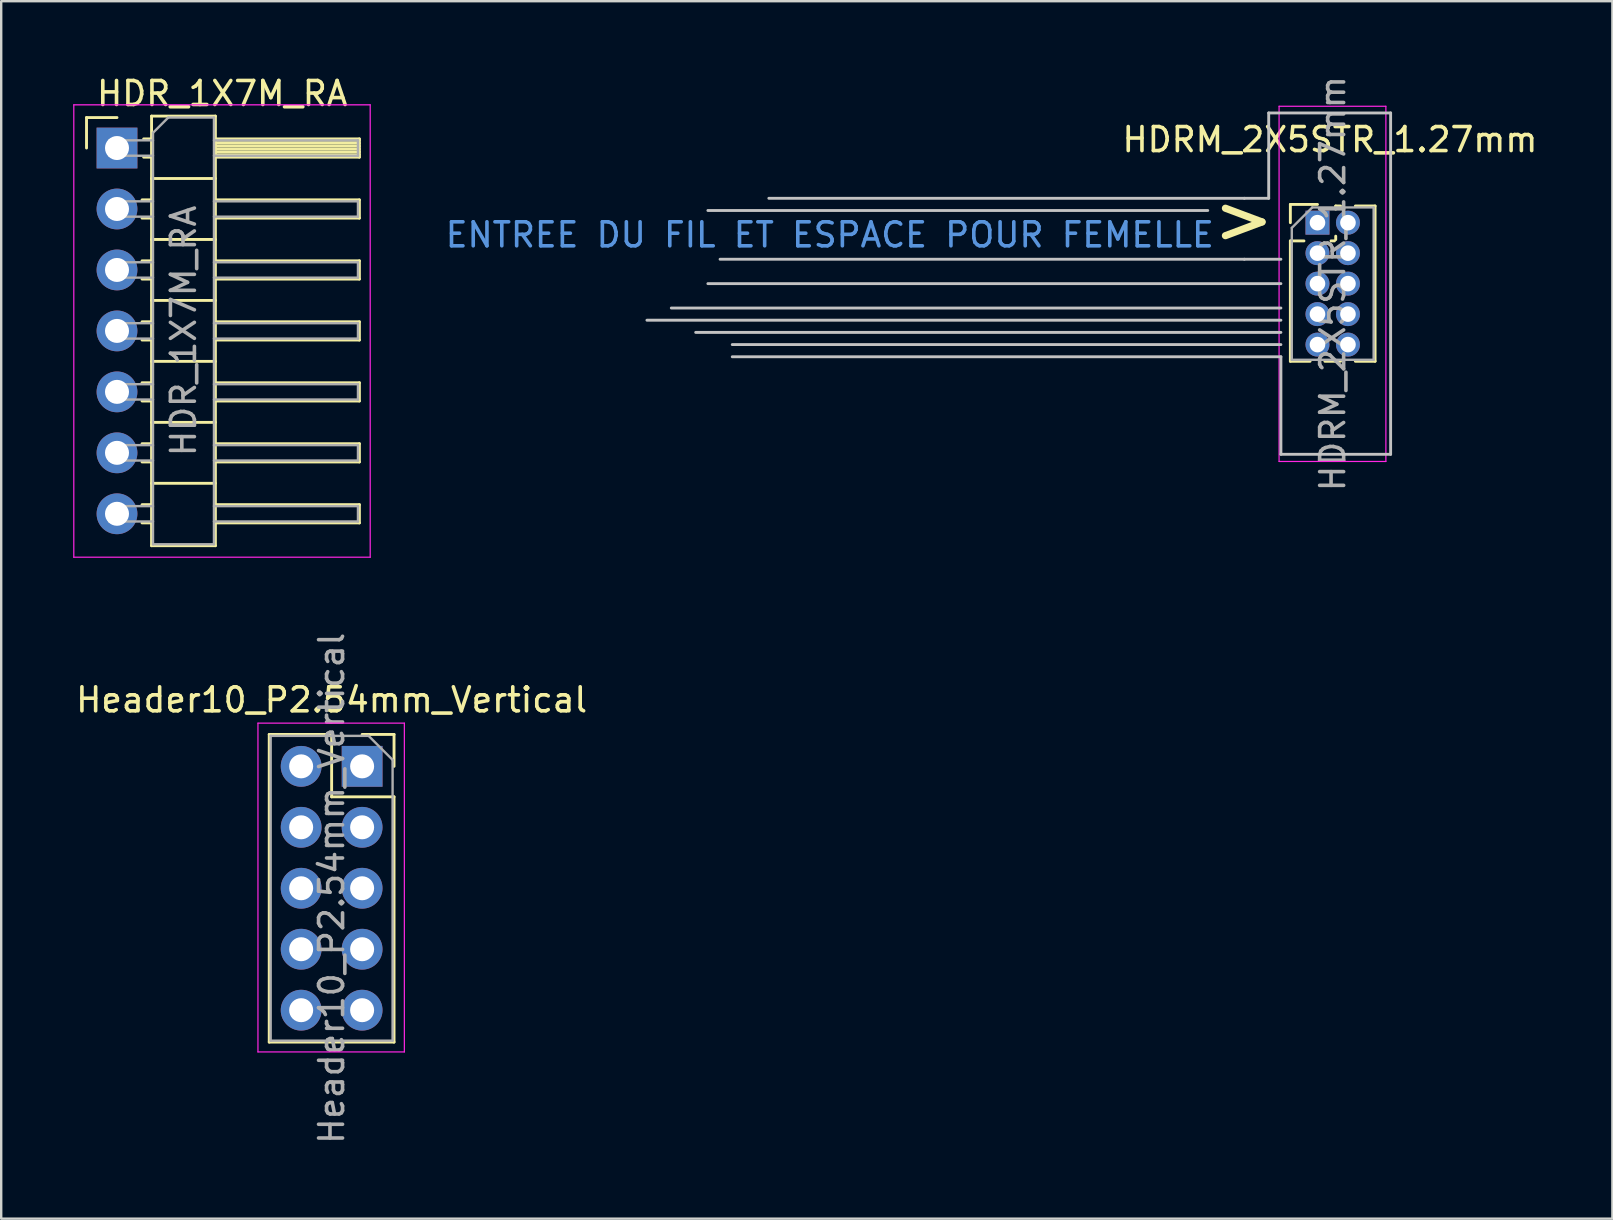
<source format=kicad_pcb>
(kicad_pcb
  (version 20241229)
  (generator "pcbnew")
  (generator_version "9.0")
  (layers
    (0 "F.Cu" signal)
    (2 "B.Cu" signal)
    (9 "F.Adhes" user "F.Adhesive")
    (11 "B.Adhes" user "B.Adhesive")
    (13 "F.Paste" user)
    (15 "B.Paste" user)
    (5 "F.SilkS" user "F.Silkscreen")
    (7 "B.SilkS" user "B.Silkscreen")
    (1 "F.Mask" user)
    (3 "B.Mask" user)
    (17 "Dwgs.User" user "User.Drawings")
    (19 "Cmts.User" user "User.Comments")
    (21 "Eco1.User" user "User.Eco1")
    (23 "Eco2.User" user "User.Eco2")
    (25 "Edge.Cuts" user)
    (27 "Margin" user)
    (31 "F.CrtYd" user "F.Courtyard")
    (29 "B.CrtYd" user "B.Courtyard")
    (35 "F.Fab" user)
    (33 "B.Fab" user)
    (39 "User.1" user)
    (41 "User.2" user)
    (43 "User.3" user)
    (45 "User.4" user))
  (footprint "Header10_P2.54mm_Vertical"
    (layer "F.Cu")
    (at 12.038 28.881)
    (property "Reference" "Header10_P2.54mm_Vertical" (at -1.27 -2.77 0) (layer "F.SilkS") (effects (font (size 1 1) (thickness 0.15))))
    (attr through_hole)
    (fp_line (start -3.87 -1.33) (end -3.87 11.49) (stroke (width 0.12) (type solid)) (layer "F.SilkS"))
    (fp_line (start -3.87 -1.33) (end -1.27 -1.33) (stroke (width 0.12) (type solid)) (layer "F.SilkS"))
    (fp_line (start -3.87 11.49) (end 1.33 11.49) (stroke (width 0.12) (type solid)) (layer "F.SilkS"))
    (fp_line (start -1.27 -1.33) (end -1.27 1.27) (stroke (width 0.12) (type solid)) (layer "F.SilkS"))
    (fp_line (start -1.27 1.27) (end 1.33 1.27) (stroke (width 0.12) (type solid)) (layer "F.SilkS"))
    (fp_line (start 0 -1.33) (end 1.33 -1.33) (stroke (width 0.12) (type solid)) (layer "F.SilkS"))
    (fp_line (start 1.33 -1.33) (end 1.33 0) (stroke (width 0.12) (type solid)) (layer "F.SilkS"))
    (fp_line (start 1.33 1.27) (end 1.33 11.49) (stroke (width 0.12) (type solid)) (layer "F.SilkS"))
    (fp_line (start -4.34 -1.8) (end 1.76 -1.8) (stroke (width 0.05) (type solid)) (layer "F.CrtYd"))
    (fp_line (start -4.34 11.9) (end -4.34 -1.8) (stroke (width 0.05) (type solid)) (layer "F.CrtYd"))
    (fp_line (start 1.76 -1.8) (end 1.76 11.9) (stroke (width 0.05) (type solid)) (layer "F.CrtYd"))
    (fp_line (start 1.76 11.9) (end -4.34 11.9) (stroke (width 0.05) (type solid)) (layer "F.CrtYd"))
    (fp_line (start -3.81 -1.27) (end 0.27 -1.27) (stroke (width 0.1) (type solid)) (layer "F.Fab"))
    (fp_line (start -3.81 11.43) (end -3.81 -1.27) (stroke (width 0.1) (type solid)) (layer "F.Fab"))
    (fp_line (start 0.27 -1.27) (end 1.27 -0.27) (stroke (width 0.1) (type solid)) (layer "F.Fab"))
    (fp_line (start 1.27 -0.27) (end 1.27 11.43) (stroke (width 0.1) (type solid)) (layer "F.Fab"))
    (fp_line (start 1.27 11.43) (end -3.81 11.43) (stroke (width 0.1) (type solid)) (layer "F.Fab"))
    (fp_text user "${REFERENCE}" (at -1.27 5.08 90) (layer "F.Fab") (effects (font (size 1 1) (thickness 0.15))))
    (pad "1" thru_hole rect (at 0 0) (size 1.7 1.7) (drill 1) (layers "*.Cu" "*.Mask"))
    (pad "2" thru_hole oval (at -2.54 0) (size 1.7 1.7) (drill 1) (layers "*.Cu" "*.Mask"))
    (pad "3" thru_hole oval (at 0 2.54) (size 1.7 1.7) (drill 1) (layers "*.Cu" "*.Mask"))
    (pad "4" thru_hole oval (at -2.54 2.54) (size 1.7 1.7) (drill 1) (layers "*.Cu" "*.Mask"))
    (pad "5" thru_hole oval (at 0 5.08) (size 1.7 1.7) (drill 1) (layers "*.Cu" "*.Mask"))
    (pad "6" thru_hole oval (at -2.54 5.08) (size 1.7 1.7) (drill 1) (layers "*.Cu" "*.Mask"))
    (pad "7" thru_hole oval (at 0 7.62) (size 1.7 1.7) (drill 1) (layers "*.Cu" "*.Mask"))
    (pad "8" thru_hole oval (at -2.54 7.62) (size 1.7 1.7) (drill 1) (layers "*.Cu" "*.Mask"))
    (pad "9" thru_hole oval (at 0 10.16) (size 1.7 1.7) (drill 1) (layers "*.Cu" "*.Mask"))
    (pad "10" thru_hole oval (at -2.54 10.16) (size 1.7 1.7) (drill 1) (layers "*.Cu" "*.Mask")))
  (footprint "HDRM_2X5STR_1.27mm"
    (layer "F.Cu")
    (at 51.845 6.228)
    (property "Reference" "HDRM_2X5STR_1.27mm" (at 0.52 -3.46 0) (layer "F.SilkS") (effects (font (size 1 1) (thickness 0.15))))
    (attr through_hole)
    (fp_line (start -1.13 -0.76) (end 0 -0.76) (stroke (width 0.12) (type solid)) (layer "F.SilkS"))
    (fp_line (start -1.13 0) (end -1.13 -0.76) (stroke (width 0.12) (type solid)) (layer "F.SilkS"))
    (fp_line (start -1.13 0.76) (end -1.13 5.775) (stroke (width 0.12) (type solid)) (layer "F.SilkS"))
    (fp_line (start -1.13 0.76) (end -0.563 0.76) (stroke (width 0.12) (type solid)) (layer "F.SilkS"))
    (fp_line (start -1.13 5.775) (end -0.308 5.775) (stroke (width 0.12) (type solid)) (layer "F.SilkS"))
    (fp_line (start 0.308 5.775) (end 0.962 5.775) (stroke (width 0.12) (type solid)) (layer "F.SilkS"))
    (fp_line (start 0.563 0.76) (end 0.707 0.76) (stroke (width 0.12) (type solid)) (layer "F.SilkS"))
    (fp_line (start 0.76 -0.695) (end 0.962 -0.695) (stroke (width 0.12) (type solid)) (layer "F.SilkS"))
    (fp_line (start 0.76 -0.563) (end 0.76 -0.695) (stroke (width 0.12) (type solid)) (layer "F.SilkS"))
    (fp_line (start 0.76 0.707) (end 0.76 0.563) (stroke (width 0.12) (type solid)) (layer "F.SilkS"))
    (fp_line (start 1.578 -0.695) (end 2.4 -0.695) (stroke (width 0.12) (type solid)) (layer "F.SilkS"))
    (fp_line (start 1.578 5.775) (end 2.4 5.775) (stroke (width 0.12) (type solid)) (layer "F.SilkS"))
    (fp_line (start 2.4 -0.695) (end 2.4 5.775) (stroke (width 0.12) (type solid)) (layer "F.SilkS"))
    (fp_line (start -27.94 4.064) (end -1.524 4.064) (stroke (width 0.12) (type solid)) (layer "Dwgs.User"))
    (fp_line (start -26.924 3.556) (end -1.524 3.556) (stroke (width 0.12) (type solid)) (layer "Dwgs.User"))
    (fp_line (start -25.908 4.572) (end -1.524 4.572) (stroke (width 0.12) (type solid)) (layer "Dwgs.User"))
    (fp_line (start -25.4 -0.508) (end -4.572 -0.508) (stroke (width 0.12) (type solid)) (layer "Dwgs.User"))
    (fp_line (start -25.4 2.54) (end -1.524 2.54) (stroke (width 0.12) (type solid)) (layer "Dwgs.User"))
    (fp_line (start -24.892 1.524) (end -3.048 1.524) (stroke (width 0.12) (type solid)) (layer "Dwgs.User"))
    (fp_line (start -24.384 5.08) (end -1.524 5.08) (stroke (width 0.12) (type solid)) (layer "Dwgs.User"))
    (fp_line (start -22.86 -1.016) (end -3.048 -1.016) (stroke (width 0.12) (type solid)) (layer "Dwgs.User"))
    (fp_line (start -3.048 -1.016) (end -2.032 -1.016) (stroke (width 0.12) (type solid)) (layer "Dwgs.User"))
    (fp_line (start -3.048 1.524) (end -1.524 1.524) (stroke (width 0.12) (type solid)) (layer "Dwgs.User"))
    (fp_line (start -2.032 -4.572) (end 3.048 -4.572) (stroke (width 0.12) (type solid)) (layer "Dwgs.User"))
    (fp_line (start -2.032 -1.016) (end -2.032 -4.572) (stroke (width 0.12) (type solid)) (layer "Dwgs.User"))
    (fp_line (start -1.524 5.588) (end -24.384 5.588) (stroke (width 0.12) (type solid)) (layer "Dwgs.User"))
    (fp_line (start -1.524 9.652) (end -1.524 5.588) (stroke (width 0.12) (type solid)) (layer "Dwgs.User"))
    (fp_line (start 3.048 -4.572) (end 3.048 9.652) (stroke (width 0.12) (type solid)) (layer "Dwgs.User"))
    (fp_line (start 3.048 9.652) (end -1.524 9.652) (stroke (width 0.12) (type solid)) (layer "Dwgs.User"))
    (fp_line (start -1.6 -4.85) (end -1.6 9.95) (stroke (width 0.05) (type solid)) (layer "F.CrtYd"))
    (fp_line (start -1.6 9.95) (end 2.85 9.95) (stroke (width 0.05) (type solid)) (layer "F.CrtYd"))
    (fp_line (start 2.85 -4.85) (end -1.6 -4.85) (stroke (width 0.05) (type solid)) (layer "F.CrtYd"))
    (fp_line (start 2.85 9.95) (end 2.85 -4.85) (stroke (width 0.05) (type solid)) (layer "F.CrtYd"))
    (fp_line (start -1.07 0.217) (end -0.217 -0.635) (stroke (width 0.1) (type solid)) (layer "F.Fab"))
    (fp_line (start -1.07 5.715) (end -1.07 0.217) (stroke (width 0.1) (type solid)) (layer "F.Fab"))
    (fp_line (start -0.217 -0.635) (end 2.34 -0.635) (stroke (width 0.1) (type solid)) (layer "F.Fab"))
    (fp_line (start 2.34 -0.635) (end 2.34 5.715) (stroke (width 0.1) (type solid)) (layer "F.Fab"))
    (fp_line (start 2.34 5.715) (end -1.07 5.715) (stroke (width 0.1) (type solid)) (layer "F.Fab"))
    (fp_text user ">" (at -3.073 -0.178 0) (layer "F.SilkS") (effects (font (size 2 2) (thickness 0.3))))
    (fp_text user "ENTREE DU FIL ET ESPACE POUR FEMELLE" (at -20.32 0.508 0) (layer "Cmts.User") (effects (font (size 1 1) (thickness 0.15))))
    (fp_text user "${REFERENCE}" (at 0.635 2.54 90) (layer "F.Fab") (effects (font (size 1 1) (thickness 0.15))))
    (pad "1" thru_hole rect (at 0 0) (size 1 1) (drill 0.65) (layers "*.Cu" "*.Mask"))
    (pad "2" thru_hole oval (at 1.27 0) (size 1 1) (drill 0.65) (layers "*.Cu" "*.Mask"))
    (pad "3" thru_hole oval (at 0 1.27) (size 1 1) (drill 0.65) (layers "*.Cu" "*.Mask"))
    (pad "4" thru_hole oval (at 1.27 1.27) (size 1 1) (drill 0.65) (layers "*.Cu" "*.Mask"))
    (pad "5" thru_hole oval (at 0 2.54) (size 1 1) (drill 0.65) (layers "*.Cu" "*.Mask"))
    (pad "6" thru_hole oval (at 1.27 2.54) (size 1 1) (drill 0.65) (layers "*.Cu" "*.Mask"))
    (pad "7" thru_hole oval (at 0 3.81) (size 1 1) (drill 0.65) (layers "*.Cu" "*.Mask"))
    (pad "8" thru_hole oval (at 1.27 3.81) (size 1 1) (drill 0.65) (layers "*.Cu" "*.Mask"))
    (pad "9" thru_hole oval (at 0 5.08) (size 1 1) (drill 0.65) (layers "*.Cu" "*.Mask"))
    (pad "10" thru_hole oval (at 1.27 5.08) (size 1 1) (drill 0.65) (layers "*.Cu" "*.Mask")))
  (footprint "HDR_1X7M_RA"
    (layer "F.Cu")
    (at 1.825 3.118)
    (property "Reference" "HDR_1X7M_RA" (at 4.385 -2.27 0) (layer "F.SilkS") (effects (font (size 1 1) (thickness 0.15))))
    (attr through_hole)
    (fp_line (start -1.27 -1.27) (end 0 -1.27) (stroke (width 0.12) (type solid)) (layer "F.SilkS"))
    (fp_line (start -1.27 0) (end -1.27 -1.27) (stroke (width 0.12) (type solid)) (layer "F.SilkS"))
    (fp_line (start 1.043 2.16) (end 1.44 2.16) (stroke (width 0.12) (type solid)) (layer "F.SilkS"))
    (fp_line (start 1.043 2.92) (end 1.44 2.92) (stroke (width 0.12) (type solid)) (layer "F.SilkS"))
    (fp_line (start 1.043 4.7) (end 1.44 4.7) (stroke (width 0.12) (type solid)) (layer "F.SilkS"))
    (fp_line (start 1.043 5.46) (end 1.44 5.46) (stroke (width 0.12) (type solid)) (layer "F.SilkS"))
    (fp_line (start 1.043 7.24) (end 1.44 7.24) (stroke (width 0.12) (type solid)) (layer "F.SilkS"))
    (fp_line (start 1.043 8) (end 1.44 8) (stroke (width 0.12) (type solid)) (layer "F.SilkS"))
    (fp_line (start 1.043 9.78) (end 1.44 9.78) (stroke (width 0.12) (type solid)) (layer "F.SilkS"))
    (fp_line (start 1.043 10.54) (end 1.44 10.54) (stroke (width 0.12) (type solid)) (layer "F.SilkS"))
    (fp_line (start 1.043 12.32) (end 1.44 12.32) (stroke (width 0.12) (type solid)) (layer "F.SilkS"))
    (fp_line (start 1.043 13.08) (end 1.44 13.08) (stroke (width 0.12) (type solid)) (layer "F.SilkS"))
    (fp_line (start 1.043 14.86) (end 1.44 14.86) (stroke (width 0.12) (type solid)) (layer "F.SilkS"))
    (fp_line (start 1.043 15.62) (end 1.44 15.62) (stroke (width 0.12) (type solid)) (layer "F.SilkS"))
    (fp_line (start 1.11 -0.38) (end 1.44 -0.38) (stroke (width 0.12) (type solid)) (layer "F.SilkS"))
    (fp_line (start 1.11 0.38) (end 1.44 0.38) (stroke (width 0.12) (type solid)) (layer "F.SilkS"))
    (fp_line (start 1.44 -1.33) (end 1.44 16.57) (stroke (width 0.12) (type solid)) (layer "F.SilkS"))
    (fp_line (start 1.44 1.27) (end 4.1 1.27) (stroke (width 0.12) (type solid)) (layer "F.SilkS"))
    (fp_line (start 1.44 3.81) (end 4.1 3.81) (stroke (width 0.12) (type solid)) (layer "F.SilkS"))
    (fp_line (start 1.44 6.35) (end 4.1 6.35) (stroke (width 0.12) (type solid)) (layer "F.SilkS"))
    (fp_line (start 1.44 8.89) (end 4.1 8.89) (stroke (width 0.12) (type solid)) (layer "F.SilkS"))
    (fp_line (start 1.44 11.43) (end 4.1 11.43) (stroke (width 0.12) (type solid)) (layer "F.SilkS"))
    (fp_line (start 1.44 13.97) (end 4.1 13.97) (stroke (width 0.12) (type solid)) (layer "F.SilkS"))
    (fp_line (start 1.44 16.57) (end 4.1 16.57) (stroke (width 0.12) (type solid)) (layer "F.SilkS"))
    (fp_line (start 4.1 -1.33) (end 1.44 -1.33) (stroke (width 0.12) (type solid)) (layer "F.SilkS"))
    (fp_line (start 4.1 -0.38) (end 10.1 -0.38) (stroke (width 0.12) (type solid)) (layer "F.SilkS"))
    (fp_line (start 4.1 -0.32) (end 10.1 -0.32) (stroke (width 0.12) (type solid)) (layer "F.SilkS"))
    (fp_line (start 4.1 -0.2) (end 10.1 -0.2) (stroke (width 0.12) (type solid)) (layer "F.SilkS"))
    (fp_line (start 4.1 -0.08) (end 10.1 -0.08) (stroke (width 0.12) (type solid)) (layer "F.SilkS"))
    (fp_line (start 4.1 0.04) (end 10.1 0.04) (stroke (width 0.12) (type solid)) (layer "F.SilkS"))
    (fp_line (start 4.1 0.16) (end 10.1 0.16) (stroke (width 0.12) (type solid)) (layer "F.SilkS"))
    (fp_line (start 4.1 0.28) (end 10.1 0.28) (stroke (width 0.12) (type solid)) (layer "F.SilkS"))
    (fp_line (start 4.1 2.16) (end 10.1 2.16) (stroke (width 0.12) (type solid)) (layer "F.SilkS"))
    (fp_line (start 4.1 4.7) (end 10.1 4.7) (stroke (width 0.12) (type solid)) (layer "F.SilkS"))
    (fp_line (start 4.1 7.24) (end 10.1 7.24) (stroke (width 0.12) (type solid)) (layer "F.SilkS"))
    (fp_line (start 4.1 9.78) (end 10.1 9.78) (stroke (width 0.12) (type solid)) (layer "F.SilkS"))
    (fp_line (start 4.1 12.32) (end 10.1 12.32) (stroke (width 0.12) (type solid)) (layer "F.SilkS"))
    (fp_line (start 4.1 14.86) (end 10.1 14.86) (stroke (width 0.12) (type solid)) (layer "F.SilkS"))
    (fp_line (start 4.1 16.57) (end 4.1 -1.33) (stroke (width 0.12) (type solid)) (layer "F.SilkS"))
    (fp_line (start 10.1 -0.38) (end 10.1 0.38) (stroke (width 0.12) (type solid)) (layer "F.SilkS"))
    (fp_line (start 10.1 0.38) (end 4.1 0.38) (stroke (width 0.12) (type solid)) (layer "F.SilkS"))
    (fp_line (start 10.1 2.16) (end 10.1 2.92) (stroke (width 0.12) (type solid)) (layer "F.SilkS"))
    (fp_line (start 10.1 2.92) (end 4.1 2.92) (stroke (width 0.12) (type solid)) (layer "F.SilkS"))
    (fp_line (start 10.1 4.7) (end 10.1 5.46) (stroke (width 0.12) (type solid)) (layer "F.SilkS"))
    (fp_line (start 10.1 5.46) (end 4.1 5.46) (stroke (width 0.12) (type solid)) (layer "F.SilkS"))
    (fp_line (start 10.1 7.24) (end 10.1 8) (stroke (width 0.12) (type solid)) (layer "F.SilkS"))
    (fp_line (start 10.1 8) (end 4.1 8) (stroke (width 0.12) (type solid)) (layer "F.SilkS"))
    (fp_line (start 10.1 9.78) (end 10.1 10.54) (stroke (width 0.12) (type solid)) (layer "F.SilkS"))
    (fp_line (start 10.1 10.54) (end 4.1 10.54) (stroke (width 0.12) (type solid)) (layer "F.SilkS"))
    (fp_line (start 10.1 12.32) (end 10.1 13.08) (stroke (width 0.12) (type solid)) (layer "F.SilkS"))
    (fp_line (start 10.1 13.08) (end 4.1 13.08) (stroke (width 0.12) (type solid)) (layer "F.SilkS"))
    (fp_line (start 10.1 14.86) (end 10.1 15.62) (stroke (width 0.12) (type solid)) (layer "F.SilkS"))
    (fp_line (start 10.1 15.62) (end 4.1 15.62) (stroke (width 0.12) (type solid)) (layer "F.SilkS"))
    (fp_line (start -1.8 -1.8) (end -1.8 17.05) (stroke (width 0.05) (type solid)) (layer "F.CrtYd"))
    (fp_line (start -1.8 17.05) (end 10.55 17.05) (stroke (width 0.05) (type solid)) (layer "F.CrtYd"))
    (fp_line (start 10.55 -1.8) (end -1.8 -1.8) (stroke (width 0.05) (type solid)) (layer "F.CrtYd"))
    (fp_line (start 10.55 17.05) (end 10.55 -1.8) (stroke (width 0.05) (type solid)) (layer "F.CrtYd"))
    (fp_line (start -0.32 -0.32) (end -0.32 0.32) (stroke (width 0.1) (type solid)) (layer "F.Fab"))
    (fp_line (start -0.32 -0.32) (end 1.5 -0.32) (stroke (width 0.1) (type solid)) (layer "F.Fab"))
    (fp_line (start -0.32 0.32) (end 1.5 0.32) (stroke (width 0.1) (type solid)) (layer "F.Fab"))
    (fp_line (start -0.32 2.22) (end -0.32 2.86) (stroke (width 0.1) (type solid)) (layer "F.Fab"))
    (fp_line (start -0.32 2.22) (end 1.5 2.22) (stroke (width 0.1) (type solid)) (layer "F.Fab"))
    (fp_line (start -0.32 2.86) (end 1.5 2.86) (stroke (width 0.1) (type solid)) (layer "F.Fab"))
    (fp_line (start -0.32 4.76) (end -0.32 5.4) (stroke (width 0.1) (type solid)) (layer "F.Fab"))
    (fp_line (start -0.32 4.76) (end 1.5 4.76) (stroke (width 0.1) (type solid)) (layer "F.Fab"))
    (fp_line (start -0.32 5.4) (end 1.5 5.4) (stroke (width 0.1) (type solid)) (layer "F.Fab"))
    (fp_line (start -0.32 7.3) (end -0.32 7.94) (stroke (width 0.1) (type solid)) (layer "F.Fab"))
    (fp_line (start -0.32 7.3) (end 1.5 7.3) (stroke (width 0.1) (type solid)) (layer "F.Fab"))
    (fp_line (start -0.32 7.94) (end 1.5 7.94) (stroke (width 0.1) (type solid)) (layer "F.Fab"))
    (fp_line (start -0.32 9.84) (end -0.32 10.48) (stroke (width 0.1) (type solid)) (layer "F.Fab"))
    (fp_line (start -0.32 9.84) (end 1.5 9.84) (stroke (width 0.1) (type solid)) (layer "F.Fab"))
    (fp_line (start -0.32 10.48) (end 1.5 10.48) (stroke (width 0.1) (type solid)) (layer "F.Fab"))
    (fp_line (start -0.32 12.38) (end -0.32 13.02) (stroke (width 0.1) (type solid)) (layer "F.Fab"))
    (fp_line (start -0.32 12.38) (end 1.5 12.38) (stroke (width 0.1) (type solid)) (layer "F.Fab"))
    (fp_line (start -0.32 13.02) (end 1.5 13.02) (stroke (width 0.1) (type solid)) (layer "F.Fab"))
    (fp_line (start -0.32 14.92) (end -0.32 15.56) (stroke (width 0.1) (type solid)) (layer "F.Fab"))
    (fp_line (start -0.32 14.92) (end 1.5 14.92) (stroke (width 0.1) (type solid)) (layer "F.Fab"))
    (fp_line (start -0.32 15.56) (end 1.5 15.56) (stroke (width 0.1) (type solid)) (layer "F.Fab"))
    (fp_line (start 1.5 -0.635) (end 2.135 -1.27) (stroke (width 0.1) (type solid)) (layer "F.Fab"))
    (fp_line (start 1.5 16.51) (end 1.5 -0.635) (stroke (width 0.1) (type solid)) (layer "F.Fab"))
    (fp_line (start 2.135 -1.27) (end 4.04 -1.27) (stroke (width 0.1) (type solid)) (layer "F.Fab"))
    (fp_line (start 4.04 -1.27) (end 4.04 16.51) (stroke (width 0.1) (type solid)) (layer "F.Fab"))
    (fp_line (start 4.04 -0.32) (end 10.04 -0.32) (stroke (width 0.1) (type solid)) (layer "F.Fab"))
    (fp_line (start 4.04 0.32) (end 10.04 0.32) (stroke (width 0.1) (type solid)) (layer "F.Fab"))
    (fp_line (start 4.04 2.22) (end 10.04 2.22) (stroke (width 0.1) (type solid)) (layer "F.Fab"))
    (fp_line (start 4.04 2.86) (end 10.04 2.86) (stroke (width 0.1) (type solid)) (layer "F.Fab"))
    (fp_line (start 4.04 4.76) (end 10.04 4.76) (stroke (width 0.1) (type solid)) (layer "F.Fab"))
    (fp_line (start 4.04 5.4) (end 10.04 5.4) (stroke (width 0.1) (type solid)) (layer "F.Fab"))
    (fp_line (start 4.04 7.3) (end 10.04 7.3) (stroke (width 0.1) (type solid)) (layer "F.Fab"))
    (fp_line (start 4.04 7.94) (end 10.04 7.94) (stroke (width 0.1) (type solid)) (layer "F.Fab"))
    (fp_line (start 4.04 9.84) (end 10.04 9.84) (stroke (width 0.1) (type solid)) (layer "F.Fab"))
    (fp_line (start 4.04 10.48) (end 10.04 10.48) (stroke (width 0.1) (type solid)) (layer "F.Fab"))
    (fp_line (start 4.04 12.38) (end 10.04 12.38) (stroke (width 0.1) (type solid)) (layer "F.Fab"))
    (fp_line (start 4.04 13.02) (end 10.04 13.02) (stroke (width 0.1) (type solid)) (layer "F.Fab"))
    (fp_line (start 4.04 14.92) (end 10.04 14.92) (stroke (width 0.1) (type solid)) (layer "F.Fab"))
    (fp_line (start 4.04 15.56) (end 10.04 15.56) (stroke (width 0.1) (type solid)) (layer "F.Fab"))
    (fp_line (start 4.04 16.51) (end 1.5 16.51) (stroke (width 0.1) (type solid)) (layer "F.Fab"))
    (fp_line (start 10.04 -0.32) (end 10.04 0.32) (stroke (width 0.1) (type solid)) (layer "F.Fab"))
    (fp_line (start 10.04 2.22) (end 10.04 2.86) (stroke (width 0.1) (type solid)) (layer "F.Fab"))
    (fp_line (start 10.04 4.76) (end 10.04 5.4) (stroke (width 0.1) (type solid)) (layer "F.Fab"))
    (fp_line (start 10.04 7.3) (end 10.04 7.94) (stroke (width 0.1) (type solid)) (layer "F.Fab"))
    (fp_line (start 10.04 9.84) (end 10.04 10.48) (stroke (width 0.1) (type solid)) (layer "F.Fab"))
    (fp_line (start 10.04 12.38) (end 10.04 13.02) (stroke (width 0.1) (type solid)) (layer "F.Fab"))
    (fp_line (start 10.04 14.92) (end 10.04 15.56) (stroke (width 0.1) (type solid)) (layer "F.Fab"))
    (fp_text user "${REFERENCE}" (at 2.77 7.62 90) (layer "F.Fab") (effects (font (size 1 1) (thickness 0.15))))
    (pad "1" thru_hole rect (at 0 0) (size 1.7 1.7) (drill 1) (layers "*.Cu" "*.Mask"))
    (pad "2" thru_hole oval (at 0 2.54) (size 1.7 1.7) (drill 1) (layers "*.Cu" "*.Mask"))
    (pad "3" thru_hole oval (at 0 5.08) (size 1.7 1.7) (drill 1) (layers "*.Cu" "*.Mask"))
    (pad "4" thru_hole oval (at 0 7.62) (size 1.7 1.7) (drill 1) (layers "*.Cu" "*.Mask"))
    (pad "5" thru_hole oval (at 0 10.16) (size 1.7 1.7) (drill 1) (layers "*.Cu" "*.Mask"))
    (pad "6" thru_hole oval (at 0 12.7) (size 1.7 1.7) (drill 1) (layers "*.Cu" "*.Mask"))
    (pad "7" thru_hole oval (at 0 15.24) (size 1.7 1.7) (drill 1) (layers "*.Cu" "*.Mask")))
  (gr_rect
    (start -3 -3)
    (end 64.133 47.729)
    (stroke (width 0.1) (type default))
    (fill no)
    (layer "Edge.Cuts")))
</source>
